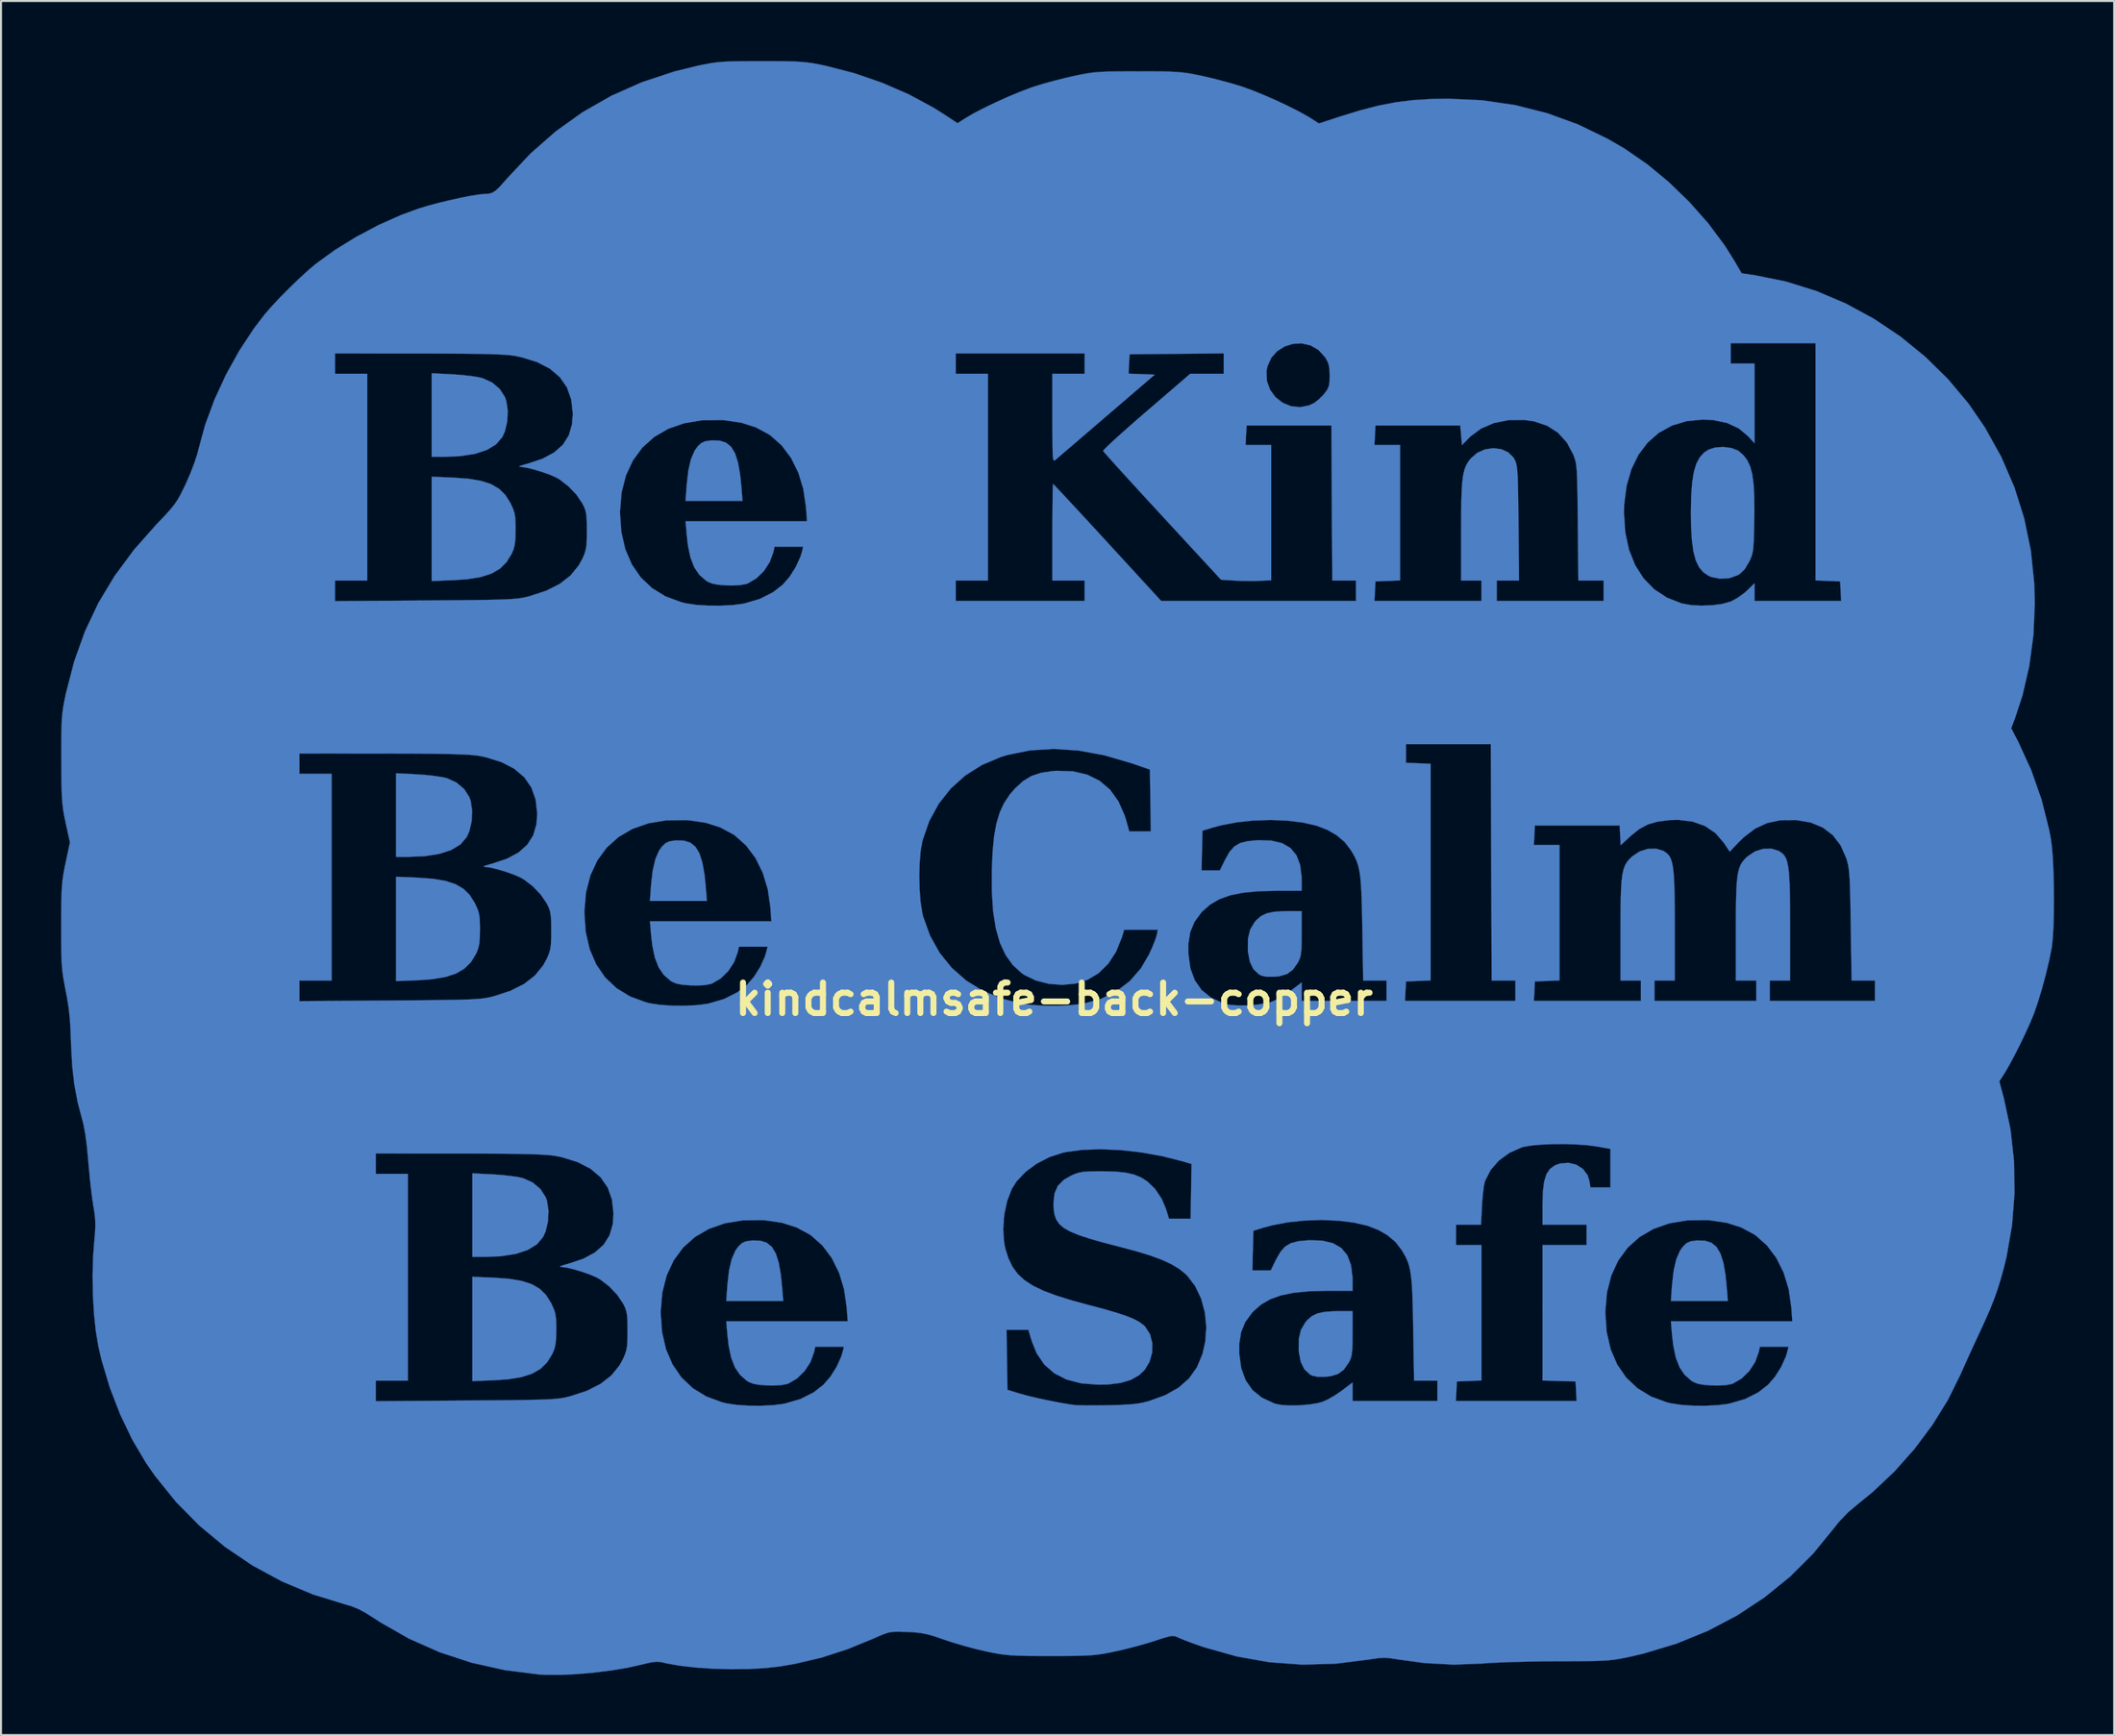
<source format=kicad_pcb>
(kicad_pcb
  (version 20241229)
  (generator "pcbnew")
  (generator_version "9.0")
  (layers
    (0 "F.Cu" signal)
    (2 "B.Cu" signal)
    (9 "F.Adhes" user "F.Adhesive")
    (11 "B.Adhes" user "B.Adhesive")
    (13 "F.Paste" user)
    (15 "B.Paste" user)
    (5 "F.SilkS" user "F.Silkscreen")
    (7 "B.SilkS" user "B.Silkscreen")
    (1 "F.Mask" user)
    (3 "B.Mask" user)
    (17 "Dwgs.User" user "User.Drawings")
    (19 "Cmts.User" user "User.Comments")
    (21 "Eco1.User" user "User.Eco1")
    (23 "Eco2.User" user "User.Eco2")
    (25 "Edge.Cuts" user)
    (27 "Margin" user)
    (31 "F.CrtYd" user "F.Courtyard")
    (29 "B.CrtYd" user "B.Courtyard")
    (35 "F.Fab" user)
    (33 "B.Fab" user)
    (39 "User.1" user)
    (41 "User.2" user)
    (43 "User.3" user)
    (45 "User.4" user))
  (footprint "kindcalmsafe-back-copper"
    (layer "B.Cu")
    (at 49.574 46.862)
    (property "Reference" "kindcalmsafe-back-copper" (at 0 0 0) (layer "F.SilkS") (effects (font (size 1.524 1.524) (thickness 0.3))))
    (attr through_hole)
    (fp_poly (pts (xy -18.477 -7.922) (xy -18.156 -7.82) (xy -17.901 -7.612) (xy -17.705 -7.286) (xy -17.558 -6.829) (xy -17.452 -6.228) (xy -17.393 -5.652) (xy -17.333 -4.911) (xy -20.176 -4.911) (xy -20.12 -5.702) (xy -20.039 -6.424) (xy -19.907 -6.994) (xy -19.721 -7.425) (xy -19.568 -7.637) (xy -19.392 -7.801) (xy -19.199 -7.889) (xy -18.916 -7.93) (xy -18.874 -7.933) (xy -18.477 -7.922)) (stroke (width 0.01) (type solid)) (fill yes) (layer "B.Cu"))
    (fp_poly (pts (xy -16.699 -27.904) (xy -16.378 -27.801) (xy -16.123 -27.593) (xy -15.927 -27.267) (xy -15.78 -26.81) (xy -15.674 -26.209) (xy -15.615 -25.633) (xy -15.555 -24.892) (xy -18.398 -24.892) (xy -18.342 -25.684) (xy -18.261 -26.405) (xy -18.129 -26.975) (xy -17.943 -27.406) (xy -17.79 -27.618) (xy -17.614 -27.782) (xy -17.421 -27.87) (xy -17.138 -27.911) (xy -17.096 -27.914) (xy -16.699 -27.904)) (stroke (width 0.01) (type solid)) (fill yes) (layer "B.Cu"))
    (fp_poly (pts (xy -14.667 12.059) (xy -14.346 12.161) (xy -14.091 12.369) (xy -13.895 12.695) (xy -13.748 13.152) (xy -13.642 13.754) (xy -13.583 14.33) (xy -13.523 15.071) (xy -16.366 15.071) (xy -16.31 14.279) (xy -16.229 13.558) (xy -16.097 12.987) (xy -15.911 12.557) (xy -15.758 12.345) (xy -15.582 12.18) (xy -15.389 12.093) (xy -15.106 12.052) (xy -15.064 12.048) (xy -14.667 12.059)) (stroke (width 0.01) (type solid)) (fill yes) (layer "B.Cu"))
    (fp_poly (pts (xy 32.492 12.059) (xy 32.813 12.161) (xy 33.068 12.369) (xy 33.264 12.695) (xy 33.411 13.152) (xy 33.517 13.754) (xy 33.576 14.33) (xy 33.636 15.071) (xy 30.794 15.071) (xy 30.849 14.279) (xy 30.93 13.558) (xy 31.062 12.987) (xy 31.248 12.557) (xy 31.401 12.345) (xy 31.577 12.18) (xy 31.771 12.093) (xy 32.054 12.052) (xy 32.096 12.048) (xy 32.492 12.059)) (stroke (width 0.01) (type solid)) (fill yes) (layer "B.Cu"))
    (fp_poly (pts (xy -31.814 -11.234) (xy -31.358 -11.201) (xy -30.915 -11.152) (xy -30.54 -11.094) (xy -30.313 -11.042) (xy -29.835 -10.825) (xy -29.451 -10.499) (xy -29.19 -10.091) (xy -29.124 -9.903) (xy -29.052 -9.406) (xy -29.079 -8.876) (xy -29.197 -8.38) (xy -29.327 -8.095) (xy -29.635 -7.736) (xy -30.09 -7.458) (xy -30.69 -7.261) (xy -31.431 -7.145) (xy -32.194 -7.113) (xy -32.851 -7.112) (xy -32.851 -11.287) (xy -31.814 -11.234)) (stroke (width 0.01) (type solid)) (fill yes) (layer "B.Cu"))
    (fp_poly (pts (xy -30.035 -31.215) (xy -29.58 -31.182) (xy -29.137 -31.133) (xy -28.762 -31.075) (xy -28.535 -31.024) (xy -28.057 -30.806) (xy -27.673 -30.48) (xy -27.412 -30.072) (xy -27.346 -29.884) (xy -27.274 -29.388) (xy -27.301 -28.857) (xy -27.419 -28.361) (xy -27.549 -28.077) (xy -27.857 -27.718) (xy -28.312 -27.439) (xy -28.912 -27.242) (xy -29.653 -27.127) (xy -30.416 -27.094) (xy -31.073 -27.093) (xy -31.073 -31.268) (xy -30.035 -31.215)) (stroke (width 0.01) (type solid)) (fill yes) (layer "B.Cu"))
    (fp_poly (pts (xy -28.003 8.748) (xy -27.548 8.781) (xy -27.105 8.83) (xy -26.73 8.887) (xy -26.503 8.939) (xy -26.025 9.156) (xy -25.641 9.483) (xy -25.38 9.89) (xy -25.314 10.078) (xy -25.242 10.575) (xy -25.269 11.106) (xy -25.387 11.601) (xy -25.517 11.886) (xy -25.825 12.245) (xy -26.28 12.524) (xy -26.88 12.721) (xy -27.621 12.836) (xy -28.384 12.869) (xy -29.041 12.869) (xy -29.041 8.695) (xy -28.003 8.748)) (stroke (width 0.01) (type solid)) (fill yes) (layer "B.Cu"))
    (fp_poly (pts (xy -31.771 -6.073) (xy -31.004 -6.017) (xy -30.381 -5.911) (xy -29.882 -5.747) (xy -29.487 -5.516) (xy -29.174 -5.208) (xy -28.925 -4.815) (xy -28.902 -4.769) (xy -28.785 -4.511) (xy -28.713 -4.284) (xy -28.676 -4.031) (xy -28.663 -3.695) (xy -28.662 -3.471) (xy -28.671 -3.05) (xy -28.701 -2.744) (xy -28.761 -2.501) (xy -28.858 -2.269) (xy -29.114 -1.853) (xy -29.443 -1.527) (xy -29.864 -1.281) (xy -30.394 -1.109) (xy -31.053 -1) (xy -31.729 -0.952) (xy -32.851 -0.907) (xy -32.851 -6.118) (xy -31.771 -6.073)) (stroke (width 0.01) (type solid)) (fill yes) (layer "B.Cu"))
    (fp_poly (pts (xy -29.993 -26.055) (xy -29.226 -25.998) (xy -28.603 -25.892) (xy -28.104 -25.729) (xy -27.709 -25.497) (xy -27.396 -25.19) (xy -27.147 -24.796) (xy -27.124 -24.75) (xy -27.007 -24.492) (xy -26.935 -24.266) (xy -26.898 -24.012) (xy -26.885 -23.676) (xy -26.884 -23.453) (xy -26.893 -23.031) (xy -26.923 -22.726) (xy -26.983 -22.483) (xy -27.08 -22.25) (xy -27.336 -21.834) (xy -27.665 -21.508) (xy -28.086 -21.263) (xy -28.616 -21.09) (xy -29.275 -20.982) (xy -29.951 -20.934) (xy -31.073 -20.889) (xy -31.073 -26.1) (xy -29.993 -26.055)) (stroke (width 0.01) (type solid)) (fill yes) (layer "B.Cu"))
    (fp_poly (pts (xy -27.961 13.908) (xy -27.194 13.965) (xy -26.571 14.07) (xy -26.072 14.234) (xy -25.677 14.465) (xy -25.364 14.773) (xy -25.115 15.167) (xy -25.092 15.213) (xy -24.975 15.47) (xy -24.903 15.697) (xy -24.866 15.95) (xy -24.853 16.286) (xy -24.852 16.51) (xy -24.861 16.931) (xy -24.891 17.237) (xy -24.951 17.48) (xy -25.048 17.713) (xy -25.304 18.129) (xy -25.633 18.455) (xy -26.054 18.7) (xy -26.584 18.873) (xy -27.243 18.981) (xy -27.919 19.029) (xy -29.041 19.074) (xy -29.041 13.863) (xy -27.961 13.908)) (stroke (width 0.01) (type solid)) (fill yes) (layer "B.Cu"))
    (fp_poly (pts (xy 12.36 -3.281) (xy 12.357 -2.811) (xy 12.345 -2.475) (xy 12.32 -2.236) (xy 12.277 -2.058) (xy 12.212 -1.906) (xy 12.169 -1.828) (xy 11.92 -1.478) (xy 11.628 -1.26) (xy 11.249 -1.149) (xy 10.985 -1.123) (xy 10.616 -1.123) (xy 10.361 -1.175) (xy 10.234 -1.238) (xy 9.956 -1.497) (xy 9.775 -1.865) (xy 9.68 -2.361) (xy 9.672 -2.456) (xy 9.677 -3.021) (xy 9.788 -3.478) (xy 10.015 -3.86) (xy 10.103 -3.959) (xy 10.333 -4.157) (xy 10.606 -4.289) (xy 10.957 -4.366) (xy 11.424 -4.399) (xy 11.663 -4.402) (xy 12.361 -4.403) (xy 12.36 -3.281)) (stroke (width 0.01) (type solid)) (fill yes) (layer "B.Cu"))
    (fp_poly (pts (xy 14.9 16.701) (xy 14.897 17.17) (xy 14.885 17.506) (xy 14.86 17.745) (xy 14.817 17.923) (xy 14.752 18.076) (xy 14.709 18.153) (xy 14.46 18.503) (xy 14.168 18.721) (xy 13.789 18.832) (xy 13.525 18.858) (xy 13.156 18.858) (xy 12.901 18.806) (xy 12.774 18.743) (xy 12.496 18.484) (xy 12.315 18.116) (xy 12.22 17.62) (xy 12.212 17.525) (xy 12.217 16.96) (xy 12.328 16.503) (xy 12.555 16.122) (xy 12.643 16.022) (xy 12.873 15.825) (xy 13.146 15.692) (xy 13.497 15.615) (xy 13.964 15.582) (xy 14.203 15.579) (xy 14.901 15.579) (xy 14.9 16.701)) (stroke (width 0.01) (type solid)) (fill yes) (layer "B.Cu"))
    (fp_poly (pts (xy 33.812 -27.534) (xy 34.134 -27.41) (xy 34.185 -27.376) (xy 34.421 -27.169) (xy 34.608 -26.922) (xy 34.751 -26.615) (xy 34.853 -26.23) (xy 34.919 -25.746) (xy 34.954 -25.144) (xy 34.961 -24.405) (xy 34.955 -23.918) (xy 34.944 -23.355) (xy 34.931 -22.931) (xy 34.912 -22.618) (xy 34.885 -22.386) (xy 34.846 -22.205) (xy 34.79 -22.047) (xy 34.715 -21.881) (xy 34.694 -21.84) (xy 34.482 -21.485) (xy 34.239 -21.25) (xy 34.132 -21.183) (xy 33.715 -21.034) (xy 33.25 -21.004) (xy 32.807 -21.092) (xy 32.683 -21.146) (xy 32.414 -21.326) (xy 32.2 -21.577) (xy 32.037 -21.916) (xy 31.919 -22.36) (xy 31.842 -22.925) (xy 31.802 -23.627) (xy 31.792 -24.299) (xy 31.807 -25.121) (xy 31.854 -25.793) (xy 31.938 -26.331) (xy 32.064 -26.753) (xy 32.237 -27.075) (xy 32.46 -27.314) (xy 32.683 -27.458) (xy 33.018 -27.562) (xy 33.417 -27.586) (xy 33.812 -27.534)) (stroke (width 0.01) (type solid)) (fill yes) (layer "B.Cu"))
    (fp_poly (pts (xy -13.935 -46.856) (xy -13.404 -46.852) (xy -12.98 -46.841) (xy -12.632 -46.822) (xy -12.331 -46.793) (xy -12.043 -46.752) (xy -11.74 -46.696) (xy -11.418 -46.629) (xy -9.99 -46.261) (xy -8.59 -45.78) (xy -7.257 -45.201) (xy -6.028 -44.539) (xy -5.553 -44.241) (xy -4.821 -43.758) (xy -4.421 -44.014) (xy -4.023 -44.247) (xy -3.508 -44.515) (xy -2.922 -44.797) (xy -2.308 -45.074) (xy -1.71 -45.324) (xy -1.173 -45.528) (xy -0.986 -45.592) (xy -0.512 -45.736) (xy 0.05 -45.89) (xy 0.62 -46.033) (xy 1.004 -46.121) (xy 1.35 -46.192) (xy 1.651 -46.247) (xy 1.938 -46.288) (xy 2.243 -46.316) (xy 2.595 -46.334) (xy 3.026 -46.344) (xy 3.567 -46.348) (xy 4.191 -46.349) (xy 4.861 -46.348) (xy 5.392 -46.344) (xy 5.816 -46.333) (xy 6.164 -46.314) (xy 6.465 -46.285) (xy 6.753 -46.244) (xy 7.056 -46.188) (xy 7.378 -46.121) (xy 7.902 -46) (xy 8.477 -45.852) (xy 9.024 -45.698) (xy 9.368 -45.592) (xy 9.874 -45.41) (xy 10.458 -45.173) (xy 11.076 -44.902) (xy 11.682 -44.617) (xy 12.233 -44.339) (xy 12.684 -44.088) (xy 12.813 -44.008) (xy 13.222 -43.746) (xy 14.294 -44.097) (xy 15.301 -44.406) (xy 16.211 -44.64) (xy 17.073 -44.806) (xy 17.939 -44.912) (xy 18.858 -44.968) (xy 19.685 -44.981) (xy 21.381 -44.901) (xy 23.023 -44.661) (xy 24.613 -44.26) (xy 26.155 -43.697) (xy 27.652 -42.971) (xy 28.482 -42.487) (xy 29.598 -41.718) (xy 30.685 -40.82) (xy 31.713 -39.823) (xy 32.653 -38.76) (xy 33.474 -37.659) (xy 33.949 -36.906) (xy 34.324 -36.261) (xy 35.006 -36.16) (xy 36.544 -35.848) (xy 38.052 -35.377) (xy 39.516 -34.756) (xy 40.92 -33.995) (xy 42.251 -33.103) (xy 43.494 -32.091) (xy 44.635 -30.967) (xy 45.66 -29.741) (xy 46.466 -28.566) (xy 47.285 -27.094) (xy 47.94 -25.578) (xy 48.432 -24.015) (xy 48.764 -22.403) (xy 48.934 -20.738) (xy 48.96 -19.77) (xy 48.891 -18.187) (xy 48.685 -16.651) (xy 48.348 -15.185) (xy 47.983 -14.07) (xy 47.782 -13.536) (xy 48.141 -12.843) (xy 48.78 -11.447) (xy 49.299 -9.966) (xy 49.68 -8.45) (xy 49.764 -8.003) (xy 49.818 -7.581) (xy 49.861 -7.034) (xy 49.891 -6.395) (xy 49.91 -5.701) (xy 49.916 -4.987) (xy 49.91 -4.288) (xy 49.892 -3.641) (xy 49.86 -3.081) (xy 49.815 -2.643) (xy 49.799 -2.54) (xy 49.673 -1.919) (xy 49.506 -1.224) (xy 49.314 -0.514) (xy 49.112 0.152) (xy 48.918 0.715) (xy 48.9 0.761) (xy 48.716 1.203) (xy 48.479 1.725) (xy 48.212 2.28) (xy 47.937 2.822) (xy 47.677 3.306) (xy 47.456 3.684) (xy 47.431 3.723) (xy 47.189 4.101) (xy 47.418 4.955) (xy 47.745 6.489) (xy 47.921 8.073) (xy 47.948 9.682) (xy 47.824 11.287) (xy 47.55 12.862) (xy 47.414 13.42) (xy 47.257 13.988) (xy 47.097 14.501) (xy 46.919 15.001) (xy 46.706 15.53) (xy 46.443 16.128) (xy 46.15 16.764) (xy 45.92 17.257) (xy 45.686 17.768) (xy 45.471 18.245) (xy 45.297 18.636) (xy 45.253 18.738) (xy 44.623 20.011) (xy 43.848 21.263) (xy 42.948 22.467) (xy 41.947 23.593) (xy 40.867 24.613) (xy 40.223 25.136) (xy 39.642 25.623) (xy 39.176 26.11) (xy 38.947 26.4) (xy 37.904 27.679) (xy 36.744 28.838) (xy 35.473 29.872) (xy 34.099 30.779) (xy 32.628 31.552) (xy 31.067 32.189) (xy 29.423 32.685) (xy 28.799 32.831) (xy 28.488 32.896) (xy 28.216 32.948) (xy 27.957 32.988) (xy 27.685 33.018) (xy 27.376 33.039) (xy 27.002 33.052) (xy 26.54 33.06) (xy 25.962 33.065) (xy 25.244 33.067) (xy 25.146 33.067) (xy 24.427 33.072) (xy 23.697 33.084) (xy 22.992 33.102) (xy 22.347 33.124) (xy 21.798 33.15) (xy 21.38 33.179) (xy 21.355 33.181) (xy 19.951 33.236) (xy 18.486 33.156) (xy 17.187 32.978) (xy 16.797 32.917) (xy 16.49 32.894) (xy 16.187 32.911) (xy 15.809 32.967) (xy 15.75 32.977) (xy 14.059 33.189) (xy 12.397 33.236) (xy 10.755 33.116) (xy 9.128 32.829) (xy 7.508 32.373) (xy 7.273 32.293) (xy 6.888 32.156) (xy 6.541 32.025) (xy 6.276 31.919) (xy 6.161 31.867) (xy 6.046 31.818) (xy 5.921 31.802) (xy 5.753 31.826) (xy 5.503 31.893) (xy 5.138 32.011) (xy 5.039 32.044) (xy 4.581 32.186) (xy 4.032 32.338) (xy 3.47 32.481) (xy 3.07 32.572) (xy 2.725 32.644) (xy 2.425 32.699) (xy 2.141 32.74) (xy 1.841 32.768) (xy 1.495 32.787) (xy 1.074 32.797) (xy 0.545 32.802) (xy -0.12 32.803) (xy -0.169 32.803) (xy -0.844 32.802) (xy -1.38 32.798) (xy -1.808 32.788) (xy -2.157 32.77) (xy -2.459 32.742) (xy -2.744 32.702) (xy -3.043 32.648) (xy -3.385 32.577) (xy -3.418 32.57) (xy -3.954 32.443) (xy -4.55 32.282) (xy -5.124 32.11) (xy -5.492 31.987) (xy -5.953 31.828) (xy -6.317 31.723) (xy -6.642 31.658) (xy -6.988 31.621) (xy -7.343 31.603) (xy -7.738 31.59) (xy -8.021 31.595) (xy -8.252 31.63) (xy -8.488 31.705) (xy -8.788 31.831) (xy -8.983 31.919) (xy -10.314 32.465) (xy -11.611 32.885) (xy -12.931 33.196) (xy -13.674 33.324) (xy -14.415 33.408) (xy -15.249 33.455) (xy -16.134 33.464) (xy -17.031 33.439) (xy -17.898 33.38) (xy -18.696 33.288) (xy -19.383 33.166) (xy -19.61 33.11) (xy -19.832 33.089) (xy -20.146 33.127) (xy -20.583 33.23) (xy -20.587 33.231) (xy -21.278 33.388) (xy -22.075 33.522) (xy -22.929 33.63) (xy -23.792 33.707) (xy -24.616 33.748) (xy -25.352 33.748) (xy -25.696 33.729) (xy -27.418 33.512) (xy -29.079 33.14) (xy -30.674 32.617) (xy -32.195 31.943) (xy -33.638 31.121) (xy -33.92 30.936) (xy -34.369 30.651) (xy -34.745 30.451) (xy -35.102 30.309) (xy -35.388 30.227) (xy -37.002 29.729) (xy -38.545 29.081) (xy -40.009 28.289) (xy -41.384 27.359) (xy -42.66 26.3) (xy -43.829 25.116) (xy -44.88 23.814) (xy -45.339 23.152) (xy -46.019 22.001) (xy -46.627 20.732) (xy -47.145 19.389) (xy -47.555 18.016) (xy -47.715 17.328) (xy -47.84 16.578) (xy -47.931 15.71) (xy -47.985 14.775) (xy -48.001 13.819) (xy -47.977 12.893) (xy -47.926 12.2) (xy -47.883 11.714) (xy -47.864 11.34) (xy -47.871 11.021) (xy -47.903 10.701) (xy -47.963 10.329) (xy -48.019 9.958) (xy -48.08 9.469) (xy -48.141 8.916) (xy -48.159 8.721) (xy -33.867 8.721) (xy -32.258 8.721) (xy -32.258 19.05) (xy -33.867 19.05) (xy -33.867 20.077) (xy -29.358 20.044) (xy -28.364 20.037) (xy -27.524 20.03) (xy -26.823 20.022) (xy -26.243 20.013) (xy -25.771 20.003) (xy -25.39 19.99) (xy -25.084 19.974) (xy -24.839 19.955) (xy -24.638 19.931) (xy -24.467 19.903) (xy -24.308 19.868) (xy -24.151 19.829) (xy -23.326 19.558) (xy -22.648 19.215) (xy -22.108 18.795) (xy -21.697 18.289) (xy -21.518 17.962) (xy -21.416 17.727) (xy -21.351 17.512) (xy -21.313 17.269) (xy -21.297 16.948) (xy -21.294 16.552) (xy -21.297 16.127) (xy -21.314 15.826) (xy -21.34 15.663) (xy -19.64 15.663) (xy -19.573 16.621) (xy -19.375 17.482) (xy -19.05 18.24) (xy -18.603 18.891) (xy -18.038 19.427) (xy -17.36 19.842) (xy -16.572 20.132) (xy -16.341 20.187) (xy -15.847 20.261) (xy -15.252 20.301) (xy -14.62 20.305) (xy -14.015 20.274) (xy -13.501 20.208) (xy -13.434 20.194) (xy -12.658 19.967) (xy -12.002 19.634) (xy -11.515 19.254) (xy -11.172 18.858) (xy -10.863 18.369) (xy -10.631 17.858) (xy -10.55 17.59) (xy -10.495 17.357) (xy -11.925 17.357) (xy -11.984 17.632) (xy -12.161 18.121) (xy -12.454 18.57) (xy -12.83 18.94) (xy -13.253 19.189) (xy -13.335 19.219) (xy -13.628 19.275) (xy -14.038 19.295) (xy -14.355 19.287) (xy -14.751 19.256) (xy -15.029 19.203) (xy -15.24 19.118) (xy -15.347 19.052) (xy -15.678 18.762) (xy -15.932 18.388) (xy -16.119 17.909) (xy -16.247 17.303) (xy -16.31 16.748) (xy -16.365 16.087) (xy -10.304 16.087) (xy -10.354 15.388) (xy -10.485 14.486) (xy -10.736 13.659) (xy -11.1 12.925) (xy -11.567 12.3) (xy -12.128 11.802) (xy -12.208 11.747) (xy -12.696 11.484) (xy -2.541 11.484) (xy -2.492 12.169) (xy -2.425 12.488) (xy -2.273 12.957) (xy -2.077 13.362) (xy -1.82 13.715) (xy -1.486 14.025) (xy -1.061 14.304) (xy -0.529 14.561) (xy 0.126 14.807) (xy 0.92 15.053) (xy 1.756 15.279) (xy 2.511 15.48) (xy 3.118 15.657) (xy 3.596 15.816) (xy 3.966 15.966) (xy 4.245 16.113) (xy 4.453 16.264) (xy 4.545 16.353) (xy 4.789 16.733) (xy 4.904 17.177) (xy 4.895 17.647) (xy 4.766 18.105) (xy 4.523 18.512) (xy 4.238 18.783) (xy 3.828 19.013) (xy 3.332 19.163) (xy 2.724 19.24) (xy 2.201 19.253) (xy 1.354 19.185) (xy 0.623 18.995) (xy 0.009 18.682) (xy -0.488 18.247) (xy -0.869 17.688) (xy -1.108 17.097) (xy -1.286 16.51) (xy -2.375 16.51) (xy -2.351 18.009) (xy -2.328 19.509) (xy -1.693 19.703) (xy -1.296 19.811) (xy -0.79 19.931) (xy -0.231 20.05) (xy 0.322 20.157) (xy 0.811 20.239) (xy 1.016 20.267) (xy 1.201 20.278) (xy 1.518 20.284) (xy 1.933 20.286) (xy 2.407 20.282) (xy 2.709 20.278) (xy 3.292 20.263) (xy 3.745 20.24) (xy 4.105 20.204) (xy 4.412 20.152) (xy 4.704 20.079) (xy 4.741 20.069) (xy 5.548 19.776) (xy 6.21 19.403) (xy 6.735 18.942) (xy 7.131 18.384) (xy 7.407 17.72) (xy 7.525 17.204) (xy 9.245 17.204) (xy 9.246 17.724) (xy 9.345 18.439) (xy 9.563 19.034) (xy 9.903 19.519) (xy 10.373 19.899) (xy 10.977 20.182) (xy 11.049 20.207) (xy 11.359 20.267) (xy 11.78 20.291) (xy 12.257 20.282) (xy 12.735 20.242) (xy 13.159 20.174) (xy 13.409 20.105) (xy 13.686 19.978) (xy 14.022 19.783) (xy 14.347 19.561) (xy 14.362 19.55) (xy 14.901 19.141) (xy 14.901 20.066) (xy 19.135 20.066) (xy 20.058 20.066) (xy 26.086 20.066) (xy 26.06 19.579) (xy 26.035 19.092) (xy 25.209 19.068) (xy 24.384 19.044) (xy 24.384 15.663) (xy 27.52 15.663) (xy 27.587 16.621) (xy 27.785 17.482) (xy 28.109 18.24) (xy 28.556 18.891) (xy 29.121 19.427) (xy 29.799 19.842) (xy 30.587 20.132) (xy 30.819 20.187) (xy 31.312 20.261) (xy 31.908 20.301) (xy 32.54 20.305) (xy 33.145 20.274) (xy 33.658 20.208) (xy 33.726 20.194) (xy 34.501 19.967) (xy 35.158 19.634) (xy 35.644 19.254) (xy 35.988 18.858) (xy 36.296 18.369) (xy 36.529 17.858) (xy 36.609 17.59) (xy 36.664 17.357) (xy 35.235 17.357) (xy 35.175 17.632) (xy 34.999 18.121) (xy 34.705 18.57) (xy 34.329 18.94) (xy 33.906 19.189) (xy 33.825 19.219) (xy 33.531 19.275) (xy 33.121 19.295) (xy 32.804 19.287) (xy 32.409 19.256) (xy 32.13 19.203) (xy 31.919 19.118) (xy 31.813 19.052) (xy 31.482 18.762) (xy 31.227 18.388) (xy 31.04 17.909) (xy 30.913 17.303) (xy 30.849 16.748) (xy 30.794 16.087) (xy 36.855 16.087) (xy 36.805 15.388) (xy 36.674 14.486) (xy 36.423 13.659) (xy 36.059 12.925) (xy 35.592 12.3) (xy 35.031 11.802) (xy 34.951 11.747) (xy 34.302 11.398) (xy 33.577 11.166) (xy 32.748 11.044) (xy 32.608 11.034) (xy 31.621 11.044) (xy 30.723 11.192) (xy 29.922 11.473) (xy 29.225 11.879) (xy 28.637 12.406) (xy 28.166 13.046) (xy 27.818 13.795) (xy 27.601 14.646) (xy 27.52 15.592) (xy 27.52 15.663) (xy 24.384 15.663) (xy 24.384 12.277) (xy 26.585 12.277) (xy 26.585 11.261) (xy 24.384 11.261) (xy 24.384 10.242) (xy 24.403 9.601) (xy 24.466 9.106) (xy 24.58 8.737) (xy 24.755 8.475) (xy 24.999 8.299) (xy 25.244 8.209) (xy 25.672 8.168) (xy 26.069 8.263) (xy 26.4 8.476) (xy 26.634 8.787) (xy 26.724 9.073) (xy 26.776 9.398) (xy 27.771 9.398) (xy 27.771 7.475) (xy 27.114 7.357) (xy 26.647 7.294) (xy 26.095 7.254) (xy 25.498 7.235) (xy 24.896 7.238) (xy 24.329 7.261) (xy 23.835 7.305) (xy 23.454 7.369) (xy 23.344 7.4) (xy 22.731 7.674) (xy 22.208 8.055) (xy 21.799 8.521) (xy 21.527 9.048) (xy 21.498 9.134) (xy 21.455 9.348) (xy 21.413 9.679) (xy 21.377 10.076) (xy 21.36 10.351) (xy 21.314 11.261) (xy 20.066 11.261) (xy 20.066 12.277) (xy 21.336 12.277) (xy 21.336 19.043) (xy 20.722 19.067) (xy 20.108 19.092) (xy 20.083 19.579) (xy 20.058 20.066) (xy 19.135 20.066) (xy 19.135 19.05) (xy 17.97 19.05) (xy 17.928 16.447) (xy 17.912 15.627) (xy 17.894 14.956) (xy 17.87 14.412) (xy 17.836 13.974) (xy 17.79 13.621) (xy 17.729 13.332) (xy 17.648 13.085) (xy 17.546 12.86) (xy 17.419 12.636) (xy 17.345 12.516) (xy 17.035 12.116) (xy 16.643 11.788) (xy 16.195 11.527) (xy 15.642 11.312) (xy 14.963 11.156) (xy 14.193 11.061) (xy 13.366 11.026) (xy 12.514 11.053) (xy 11.673 11.142) (xy 10.875 11.294) (xy 10.456 11.408) (xy 9.948 11.564) (xy 9.924 12.555) (xy 9.901 13.547) (xy 10.814 13.547) (xy 11.082 13.002) (xy 11.299 12.619) (xy 11.533 12.353) (xy 11.82 12.183) (xy 12.199 12.085) (xy 12.707 12.038) (xy 12.719 12.037) (xy 13.386 12.056) (xy 13.924 12.184) (xy 14.34 12.426) (xy 14.638 12.787) (xy 14.822 13.271) (xy 14.898 13.882) (xy 14.901 14.034) (xy 14.901 14.563) (xy 13.61 14.564) (xy 12.709 14.588) (xy 11.952 14.663) (xy 11.318 14.794) (xy 10.787 14.987) (xy 10.34 15.247) (xy 9.955 15.582) (xy 9.881 15.662) (xy 9.546 16.12) (xy 9.338 16.622) (xy 9.245 17.204) (xy 7.525 17.204) (xy 7.544 17.121) (xy 7.599 16.38) (xy 7.527 15.645) (xy 7.34 14.951) (xy 7.045 14.329) (xy 6.652 13.814) (xy 6.556 13.72) (xy 6.24 13.466) (xy 5.86 13.236) (xy 5.395 13.019) (xy 4.824 12.808) (xy 4.126 12.593) (xy 3.302 12.373) (xy 2.465 12.155) (xy 1.779 11.96) (xy 1.23 11.778) (xy 0.803 11.601) (xy 0.482 11.419) (xy 0.254 11.221) (xy 0.104 10.998) (xy 0.016 10.74) (xy -0.023 10.439) (xy -0.031 10.196) (xy 0.02 9.702) (xy 0.188 9.318) (xy 0.489 9.017) (xy 0.839 8.816) (xy 1.05 8.723) (xy 1.242 8.66) (xy 1.458 8.622) (xy 1.737 8.602) (xy 2.12 8.594) (xy 2.413 8.594) (xy 3.062 8.609) (xy 3.579 8.662) (xy 3.997 8.758) (xy 4.351 8.906) (xy 4.651 9.097) (xy 5.042 9.475) (xy 5.371 9.965) (xy 5.589 10.482) (xy 5.738 10.964) (xy 6.816 10.964) (xy 6.862 8.226) (xy 6.373 8.084) (xy 5.37 7.832) (xy 4.337 7.648) (xy 3.308 7.533) (xy 2.319 7.491) (xy 1.403 7.523) (xy 0.594 7.632) (xy 0.444 7.665) (xy -0.235 7.885) (xy -0.869 8.212) (xy -1.424 8.622) (xy -1.869 9.092) (xy -2.109 9.468) (xy -2.343 10.073) (xy -2.489 10.765) (xy -2.541 11.484) (xy -12.696 11.484) (xy -12.857 11.398) (xy -13.582 11.166) (xy -14.411 11.044) (xy -14.551 11.034) (xy -15.539 11.044) (xy -16.436 11.192) (xy -17.237 11.473) (xy -17.935 11.879) (xy -18.522 12.406) (xy -18.993 13.046) (xy -19.341 13.795) (xy -19.559 14.646) (xy -19.639 15.592) (xy -19.64 15.663) (xy -21.34 15.663) (xy -21.35 15.602) (xy -21.414 15.411) (xy -21.513 15.205) (xy -21.519 15.194) (xy -21.814 14.76) (xy -22.211 14.343) (xy -22.649 14.005) (xy -22.83 13.901) (xy -23.148 13.761) (xy -23.538 13.622) (xy -23.942 13.499) (xy -24.306 13.411) (xy -24.573 13.373) (xy -24.583 13.373) (xy -24.673 13.358) (xy -24.61 13.317) (xy -24.389 13.248) (xy -24.244 13.209) (xy -23.51 12.964) (xy -22.927 12.651) (xy -22.49 12.263) (xy -22.194 11.793) (xy -22.032 11.236) (xy -21.995 10.709) (xy -22.072 10.01) (xy -22.287 9.403) (xy -22.643 8.89) (xy -23.14 8.468) (xy -23.78 8.136) (xy -24.562 7.894) (xy -24.892 7.826) (xy -25.097 7.797) (xy -25.378 7.773) (xy -25.745 7.753) (xy -26.214 7.737) (xy -26.795 7.725) (xy -27.503 7.716) (xy -28.351 7.711) (xy -29.351 7.708) (xy -29.697 7.708) (xy -33.867 7.705) (xy -33.867 8.721) (xy -48.159 8.721) (xy -48.194 8.351) (xy -48.216 8.086) (xy -48.284 7.361) (xy -48.365 6.745) (xy -48.454 6.261) (xy -48.507 6.054) (xy -48.745 5.152) (xy -48.914 4.251) (xy -49.022 3.297) (xy -49.077 2.235) (xy -49.078 2.201) (xy -49.103 1.509) (xy -49.142 0.927) (xy -49.202 0.399) (xy -49.288 -0.133) (xy -49.344 -0.423) (xy -49.416 -0.794) (xy -49.471 -1.116) (xy -49.511 -1.421) (xy -49.539 -1.74) (xy -49.556 -2.106) (xy -49.566 -2.551) (xy -49.569 -3.106) (xy -49.569 -3.683) (xy -49.567 -4.358) (xy -49.561 -4.894) (xy -49.549 -5.322) (xy -49.529 -5.672) (xy -49.5 -5.976) (xy -49.457 -6.265) (xy -49.401 -6.568) (xy -49.349 -6.816) (xy -49.132 -7.832) (xy -49.344 -8.805) (xy -49.41 -9.119) (xy -49.461 -9.401) (xy -49.498 -9.681) (xy -49.525 -9.987) (xy -49.543 -10.349) (xy -49.554 -10.796) (xy -49.558 -11.261) (xy -37.677 -11.261) (xy -36.068 -11.261) (xy -36.068 -0.931) (xy -37.677 -0.931) (xy -37.677 0.095) (xy -33.168 0.063) (xy -32.174 0.056) (xy -31.334 0.048) (xy -30.633 0.041) (xy -30.053 0.032) (xy -29.581 0.022) (xy -29.2 0.009) (xy -28.894 -0.007) (xy -28.649 -0.026) (xy -28.448 -0.05) (xy -28.277 -0.079) (xy -28.118 -0.113) (xy -27.961 -0.153) (xy -27.136 -0.423) (xy -26.458 -0.766) (xy -25.918 -1.187) (xy -25.507 -1.692) (xy -25.328 -2.019) (xy -25.226 -2.254) (xy -25.161 -2.469) (xy -25.123 -2.713) (xy -25.107 -3.033) (xy -25.104 -3.429) (xy -25.107 -3.854) (xy -25.124 -4.156) (xy -25.15 -4.318) (xy -23.45 -4.318) (xy -23.383 -3.361) (xy -23.185 -2.5) (xy -22.86 -1.741) (xy -22.413 -1.091) (xy -21.848 -0.555) (xy -21.17 -0.139) (xy -20.382 0.15) (xy -20.151 0.206) (xy -19.657 0.28) (xy -19.062 0.319) (xy -18.43 0.324) (xy -17.825 0.293) (xy -17.311 0.227) (xy -17.244 0.213) (xy -16.468 -0.015) (xy -15.812 -0.348) (xy -15.325 -0.727) (xy -14.982 -1.123) (xy -14.673 -1.613) (xy -14.441 -2.124) (xy -14.36 -2.392) (xy -14.305 -2.625) (xy -15.735 -2.625) (xy -15.794 -2.349) (xy -15.971 -1.861) (xy -16.264 -1.411) (xy -16.64 -1.041) (xy -17.063 -0.792) (xy -17.145 -0.762) (xy -17.438 -0.706) (xy -17.848 -0.686) (xy -18.165 -0.694) (xy -18.561 -0.725) (xy -18.839 -0.778) (xy -19.05 -0.864) (xy -19.157 -0.929) (xy -19.488 -1.219) (xy -19.742 -1.593) (xy -19.929 -2.073) (xy -20.057 -2.678) (xy -20.12 -3.233) (xy -20.175 -3.895) (xy -14.114 -3.895) (xy -14.164 -4.593) (xy -14.295 -5.495) (xy -14.499 -6.167) (xy -6.731 -6.167) (xy -6.715 -5.494) (xy -6.666 -4.862) (xy -6.583 -4.323) (xy -6.539 -4.137) (xy -6.194 -3.178) (xy -5.716 -2.321) (xy -5.113 -1.572) (xy -4.389 -0.936) (xy -3.553 -0.421) (xy -2.61 -0.031) (xy -1.651 0.213) (xy -1.106 0.284) (xy -0.463 0.321) (xy 0.216 0.324) (xy 0.866 0.292) (xy 1.423 0.226) (xy 1.495 0.213) (xy 2.358 -0.029) (xy 3.124 -0.406) (xy 3.784 -0.912) (xy 4.334 -1.544) (xy 4.731 -2.222) (xy 4.889 -2.569) (xy 4.974 -2.778) (xy 6.705 -2.778) (xy 6.706 -2.257) (xy 6.805 -1.543) (xy 7.023 -0.947) (xy 7.363 -0.463) (xy 7.833 -0.083) (xy 8.437 0.201) (xy 8.509 0.226) (xy 8.819 0.286) (xy 9.24 0.31) (xy 9.717 0.301) (xy 10.195 0.261) (xy 10.619 0.192) (xy 10.869 0.124) (xy 11.146 -0.003) (xy 11.482 -0.198) (xy 11.807 -0.42) (xy 11.822 -0.432) (xy 12.361 -0.84) (xy 12.361 0.085) (xy 16.595 0.085) (xy 17.518 0.085) (xy 23.029 0.085) (xy 23.029 -0.931) (xy 21.845 -0.931) (xy 21.82 -7.705) (xy 23.952 -7.705) (xy 25.231 -7.705) (xy 25.231 -0.939) (xy 24.617 -0.914) (xy 24.003 -0.889) (xy 23.978 -0.402) (xy 23.952 0.085) (xy 29.295 0.085) (xy 29.295 -0.931) (xy 28.279 -0.931) (xy 28.279 -3.456) (xy 28.281 -4.279) (xy 28.288 -4.951) (xy 28.305 -5.492) (xy 28.333 -5.92) (xy 28.376 -6.255) (xy 28.437 -6.515) (xy 28.518 -6.719) (xy 28.624 -6.886) (xy 28.756 -7.036) (xy 28.867 -7.14) (xy 29.236 -7.385) (xy 29.646 -7.513) (xy 30.057 -7.522) (xy 30.425 -7.409) (xy 30.614 -7.274) (xy 30.711 -7.163) (xy 30.79 -7.017) (xy 30.852 -6.82) (xy 30.901 -6.554) (xy 30.937 -6.204) (xy 30.962 -5.751) (xy 30.977 -5.181) (xy 30.986 -4.474) (xy 30.988 -3.616) (xy 30.988 -3.594) (xy 30.988 -0.931) (xy 29.972 -0.931) (xy 29.972 0.085) (xy 35.052 0.085) (xy 35.052 -0.931) (xy 34.036 -0.931) (xy 34.036 -3.456) (xy 34.038 -4.279) (xy 34.045 -4.951) (xy 34.062 -5.492) (xy 34.09 -5.92) (xy 34.133 -6.255) (xy 34.194 -6.515) (xy 34.276 -6.719) (xy 34.381 -6.886) (xy 34.514 -7.036) (xy 34.624 -7.14) (xy 34.993 -7.385) (xy 35.404 -7.513) (xy 35.814 -7.522) (xy 36.182 -7.409) (xy 36.372 -7.274) (xy 36.468 -7.163) (xy 36.547 -7.017) (xy 36.61 -6.82) (xy 36.658 -6.554) (xy 36.694 -6.204) (xy 36.719 -5.751) (xy 36.735 -5.181) (xy 36.743 -4.474) (xy 36.745 -3.616) (xy 36.745 -3.594) (xy 36.745 -0.931) (xy 35.729 -0.931) (xy 35.729 0.085) (xy 40.979 0.085) (xy 40.979 -0.931) (xy 39.814 -0.931) (xy 39.772 -3.704) (xy 39.76 -4.475) (xy 39.748 -5.097) (xy 39.734 -5.591) (xy 39.718 -5.979) (xy 39.697 -6.282) (xy 39.671 -6.519) (xy 39.638 -6.713) (xy 39.596 -6.884) (xy 39.548 -7.045) (xy 39.267 -7.685) (xy 38.876 -8.196) (xy 38.377 -8.577) (xy 37.769 -8.828) (xy 37.053 -8.949) (xy 37.036 -8.95) (xy 36.274 -8.943) (xy 35.603 -8.803) (xy 34.994 -8.52) (xy 34.422 -8.084) (xy 34.158 -7.823) (xy 33.729 -7.37) (xy 33.438 -7.811) (xy 33.02 -8.296) (xy 32.498 -8.652) (xy 31.877 -8.874) (xy 31.164 -8.96) (xy 30.734 -8.949) (xy 30.133 -8.873) (xy 29.644 -8.731) (xy 29.215 -8.502) (xy 28.795 -8.165) (xy 28.785 -8.155) (xy 28.287 -7.695) (xy 28.236 -8.678) (xy 24.003 -8.678) (xy 23.952 -7.705) (xy 21.82 -7.705) (xy 21.802 -12.742) (xy 17.568 -12.742) (xy 17.568 -11.811) (xy 18.182 -11.786) (xy 18.796 -11.761) (xy 18.796 -0.939) (xy 18.182 -0.914) (xy 17.568 -0.889) (xy 17.543 -0.402) (xy 17.518 0.085) (xy 16.595 0.085) (xy 16.595 -0.931) (xy 15.43 -0.931) (xy 15.388 -3.535) (xy 15.372 -4.354) (xy 15.354 -5.025) (xy 15.33 -5.569) (xy 15.296 -6.007) (xy 15.25 -6.36) (xy 15.189 -6.65) (xy 15.108 -6.896) (xy 15.006 -7.121) (xy 14.879 -7.346) (xy 14.805 -7.465) (xy 14.495 -7.865) (xy 14.103 -8.193) (xy 13.655 -8.455) (xy 13.102 -8.67) (xy 12.423 -8.825) (xy 11.653 -8.92) (xy 10.826 -8.955) (xy 9.974 -8.928) (xy 9.133 -8.839) (xy 8.335 -8.687) (xy 7.916 -8.573) (xy 7.408 -8.418) (xy 7.384 -7.426) (xy 7.361 -6.435) (xy 8.274 -6.435) (xy 8.542 -6.98) (xy 8.759 -7.362) (xy 8.993 -7.628) (xy 9.28 -7.799) (xy 9.659 -7.896) (xy 10.167 -7.943) (xy 10.179 -7.944) (xy 10.846 -7.925) (xy 11.384 -7.797) (xy 11.8 -7.555) (xy 12.098 -7.194) (xy 12.282 -6.711) (xy 12.358 -6.099) (xy 12.361 -5.948) (xy 12.361 -5.419) (xy 11.07 -5.417) (xy 10.169 -5.393) (xy 9.412 -5.318) (xy 8.778 -5.188) (xy 8.247 -4.995) (xy 7.8 -4.734) (xy 7.415 -4.399) (xy 7.341 -4.319) (xy 7.006 -3.862) (xy 6.798 -3.359) (xy 6.705 -2.778) (xy 4.974 -2.778) (xy 5.021 -2.891) (xy 5.106 -3.136) (xy 5.122 -3.196) (xy 5.178 -3.471) (xy 3.498 -3.471) (xy 3.391 -3.111) (xy 3.102 -2.388) (xy 2.709 -1.781) (xy 2.22 -1.3) (xy 1.673 -0.971) (xy 1.07 -0.783) (xy 0.407 -0.718) (xy -0.27 -0.771) (xy -0.915 -0.937) (xy -1.483 -1.212) (xy -1.616 -1.303) (xy -2.057 -1.705) (xy -2.417 -2.203) (xy -2.7 -2.808) (xy -2.907 -3.53) (xy -3.042 -4.38) (xy -3.108 -5.366) (xy -3.109 -6.477) (xy -3.068 -7.381) (xy -2.994 -8.142) (xy -2.878 -8.783) (xy -2.715 -9.326) (xy -2.498 -9.796) (xy -2.22 -10.216) (xy -1.948 -10.533) (xy -1.548 -10.898) (xy -1.128 -11.153) (xy -0.645 -11.313) (xy -0.057 -11.398) (xy 0.139 -11.411) (xy 0.945 -11.385) (xy 1.657 -11.218) (xy 2.273 -10.912) (xy 2.792 -10.469) (xy 3.21 -9.888) (xy 3.525 -9.174) (xy 3.606 -8.911) (xy 3.753 -8.382) (xy 4.83 -8.382) (xy 4.807 -9.927) (xy 4.784 -11.472) (xy 3.855 -11.792) (xy 2.51 -12.185) (xy 1.215 -12.423) (xy -0.027 -12.504) (xy -1.212 -12.429) (xy -2.338 -12.198) (xy -2.667 -12.097) (xy -3.603 -11.701) (xy -4.436 -11.174) (xy -5.158 -10.526) (xy -5.759 -9.766) (xy -6.23 -8.903) (xy -6.563 -7.948) (xy -6.572 -7.916) (xy -6.659 -7.43) (xy -6.712 -6.83) (xy -6.731 -6.167) (xy -14.499 -6.167) (xy -14.546 -6.322) (xy -14.91 -7.057) (xy -15.377 -7.681) (xy -15.938 -8.179) (xy -16.018 -8.234) (xy -16.667 -8.584) (xy -17.392 -8.815) (xy -18.221 -8.937) (xy -18.361 -8.947) (xy -19.349 -8.937) (xy -20.246 -8.789) (xy -21.047 -8.509) (xy -21.745 -8.102) (xy -22.332 -7.576) (xy -22.803 -6.935) (xy -23.151 -6.186) (xy -23.369 -5.336) (xy -23.449 -4.389) (xy -23.45 -4.318) (xy -25.15 -4.318) (xy -25.16 -4.379) (xy -25.224 -4.571) (xy -25.323 -4.776) (xy -25.329 -4.787) (xy -25.624 -5.221) (xy -26.021 -5.638) (xy -26.459 -5.976) (xy -26.64 -6.08) (xy -26.958 -6.22) (xy -27.348 -6.36) (xy -27.752 -6.482) (xy -28.116 -6.571) (xy -28.383 -6.608) (xy -28.393 -6.609) (xy -28.483 -6.623) (xy -28.42 -6.664) (xy -28.199 -6.733) (xy -28.054 -6.772) (xy -27.32 -7.017) (xy -26.737 -7.33) (xy -26.3 -7.719) (xy -26.004 -8.188) (xy -25.842 -8.745) (xy -25.805 -9.272) (xy -25.882 -9.972) (xy -26.097 -10.578) (xy -26.453 -11.092) (xy -26.95 -11.514) (xy -27.59 -11.845) (xy -28.372 -12.088) (xy -28.702 -12.156) (xy -28.907 -12.184) (xy -29.188 -12.209) (xy -29.555 -12.228) (xy -30.024 -12.244) (xy -30.605 -12.256) (xy -31.313 -12.265) (xy -32.161 -12.271) (xy -33.161 -12.273) (xy -33.507 -12.274) (xy -37.677 -12.277) (xy -37.677 -11.261) (xy -49.558 -11.261) (xy -49.559 -11.357) (xy -49.562 -11.98) (xy -49.563 -12.66) (xy -49.56 -13.2) (xy -49.552 -13.63) (xy -49.536 -13.98) (xy -49.511 -14.279) (xy -49.474 -14.557) (xy -49.423 -14.844) (xy -49.356 -15.169) (xy -49.337 -15.262) (xy -48.922 -16.867) (xy -48.384 -18.372) (xy -47.713 -19.793) (xy -46.9 -21.146) (xy -45.937 -22.449) (xy -44.815 -23.718) (xy -44.785 -23.749) (xy -44.415 -24.136) (xy -44.139 -24.44) (xy -43.929 -24.697) (xy -43.76 -24.944) (xy -43.606 -25.217) (xy -43.44 -25.553) (xy -43.333 -25.781) (xy -43.116 -26.278) (xy -42.923 -26.78) (xy -42.775 -27.229) (xy -42.712 -27.474) (xy -42.382 -28.691) (xy -41.919 -29.944) (xy -41.343 -31.195) (xy -41.317 -31.242) (xy -35.899 -31.242) (xy -34.29 -31.242) (xy -34.29 -20.913) (xy -35.899 -20.913) (xy -35.899 -19.886) (xy -31.39 -19.918) (xy -30.396 -19.926) (xy -29.556 -19.933) (xy -28.855 -19.941) (xy -28.275 -19.949) (xy -27.803 -19.96) (xy -27.422 -19.972) (xy -27.116 -19.988) (xy -26.871 -20.008) (xy -26.67 -20.031) (xy -26.499 -20.06) (xy -26.34 -20.094) (xy -26.183 -20.134) (xy -25.358 -20.405) (xy -24.68 -20.747) (xy -24.14 -21.168) (xy -23.729 -21.674) (xy -23.55 -22.001) (xy -23.448 -22.236) (xy -23.383 -22.451) (xy -23.345 -22.694) (xy -23.329 -23.015) (xy -23.326 -23.41) (xy -23.329 -23.835) (xy -23.346 -24.137) (xy -23.372 -24.299) (xy -21.672 -24.299) (xy -21.605 -23.342) (xy -21.407 -22.481) (xy -21.082 -21.722) (xy -20.635 -21.072) (xy -20.07 -20.536) (xy -19.392 -20.12) (xy -18.604 -19.831) (xy -18.373 -19.775) (xy -17.879 -19.701) (xy -17.284 -19.662) (xy -16.652 -19.658) (xy -16.047 -19.689) (xy -15.533 -19.755) (xy -15.466 -19.768) (xy -14.69 -19.996) (xy -14.034 -20.329) (xy -13.547 -20.709) (xy -13.204 -21.104) (xy -12.895 -21.594) (xy -12.663 -22.105) (xy -12.582 -22.373) (xy -12.527 -22.606) (xy -13.957 -22.606) (xy -14.016 -22.331) (xy -14.193 -21.842) (xy -14.486 -21.392) (xy -14.862 -21.023) (xy -15.285 -20.773) (xy -15.367 -20.743) (xy -15.66 -20.688) (xy -16.07 -20.667) (xy -16.387 -20.675) (xy -16.783 -20.707) (xy -17.061 -20.759) (xy -17.272 -20.845) (xy -17.379 -20.911) (xy -17.71 -21.201) (xy -17.964 -21.575) (xy -18.151 -22.054) (xy -18.279 -22.66) (xy -18.342 -23.215) (xy -18.397 -23.876) (xy -12.336 -23.876) (xy -12.386 -24.575) (xy -12.517 -25.476) (xy -12.768 -26.303) (xy -13.132 -27.038) (xy -13.599 -27.663) (xy -14.16 -28.16) (xy -14.24 -28.215) (xy -14.889 -28.565) (xy -15.614 -28.797) (xy -16.443 -28.919) (xy -16.583 -28.928) (xy -17.571 -28.919) (xy -18.468 -28.77) (xy -19.269 -28.49) (xy -19.967 -28.084) (xy -20.554 -27.557) (xy -21.025 -26.916) (xy -21.373 -26.168) (xy -21.591 -25.317) (xy -21.671 -24.371) (xy -21.672 -24.299) (xy -23.372 -24.299) (xy -23.382 -24.361) (xy -23.446 -24.552) (xy -23.545 -24.757) (xy -23.551 -24.768) (xy -23.846 -25.203) (xy -24.243 -25.619) (xy -24.681 -25.958) (xy -24.862 -26.062) (xy -25.18 -26.202) (xy -25.57 -26.341) (xy -25.974 -26.463) (xy -26.338 -26.552) (xy -26.605 -26.59) (xy -26.615 -26.59) (xy -26.705 -26.605) (xy -26.642 -26.645) (xy -26.421 -26.714) (xy -26.276 -26.753) (xy -25.542 -26.998) (xy -24.959 -27.312) (xy -24.522 -27.7) (xy -24.226 -28.169) (xy -24.064 -28.727) (xy -24.027 -29.254) (xy -24.104 -29.953) (xy -24.319 -30.559) (xy -24.675 -31.073) (xy -25.172 -31.495) (xy -25.812 -31.827) (xy -26.594 -32.069) (xy -26.924 -32.137) (xy -27.129 -32.166) (xy -27.41 -32.19) (xy -27.777 -32.21) (xy -28.246 -32.226) (xy -28.827 -32.238) (xy -29.535 -32.246) (xy -30.383 -32.252) (xy -31.383 -32.255) (xy -31.729 -32.255) (xy -35.899 -32.258) (xy -4.911 -32.258) (xy -4.911 -31.242) (xy -3.302 -31.242) (xy -3.302 -20.913) (xy -4.911 -20.913) (xy -4.911 -19.897) (xy 1.524 -19.897) (xy 1.524 -20.913) (xy -0.085 -20.913) (xy -0.085 -23.326) (xy -0.084 -23.945) (xy -0.08 -24.506) (xy -0.075 -24.986) (xy -0.069 -25.366) (xy -0.061 -25.622) (xy -0.052 -25.735) (xy -0.05 -25.739) (xy 0.012 -25.678) (xy 0.177 -25.505) (xy 0.434 -25.231) (xy 0.771 -24.87) (xy 1.177 -24.432) (xy 1.641 -23.93) (xy 2.15 -23.377) (xy 2.664 -22.818) (xy 5.344 -19.897) (xy 15.071 -19.897) (xy 15.071 -20.913) (xy 13.887 -20.913) (xy 13.865 -24.786) (xy 13.849 -27.686) (xy 15.994 -27.686) (xy 17.272 -27.686) (xy 17.272 -20.92) (xy 16.658 -20.895) (xy 16.044 -20.87) (xy 15.994 -19.897) (xy 21.336 -19.897) (xy 21.336 -20.913) (xy 20.32 -20.913) (xy 20.32 -23.395) (xy 20.322 -24.211) (xy 20.331 -24.877) (xy 20.349 -25.414) (xy 20.378 -25.84) (xy 20.422 -26.175) (xy 20.483 -26.439) (xy 20.563 -26.652) (xy 20.665 -26.833) (xy 20.793 -27.001) (xy 20.805 -27.016) (xy 21.131 -27.297) (xy 21.517 -27.467) (xy 21.928 -27.526) (xy 22.326 -27.475) (xy 22.675 -27.316) (xy 22.94 -27.05) (xy 22.994 -26.956) (xy 23.038 -26.855) (xy 23.074 -26.738) (xy 23.102 -26.585) (xy 23.125 -26.379) (xy 23.142 -26.1) (xy 23.155 -25.728) (xy 23.165 -25.247) (xy 23.174 -24.636) (xy 23.182 -23.877) (xy 23.183 -23.77) (xy 23.209 -20.913) (xy 22.098 -20.913) (xy 22.098 -19.897) (xy 27.432 -19.897) (xy 27.432 -20.913) (xy 26.172 -20.913) (xy 26.145 -23.812) (xy 26.14 -24.299) (xy 28.451 -24.299) (xy 28.514 -23.328) (xy 28.702 -22.453) (xy 29.009 -21.681) (xy 29.431 -21.02) (xy 29.964 -20.476) (xy 30.602 -20.057) (xy 31.336 -19.772) (xy 31.79 -19.689) (xy 32.321 -19.659) (xy 32.868 -19.681) (xy 33.375 -19.751) (xy 33.783 -19.867) (xy 33.824 -19.884) (xy 34.137 -20.06) (xy 34.46 -20.296) (xy 34.608 -20.426) (xy 34.967 -20.779) (xy 34.967 -19.897) (xy 39.294 -19.897) (xy 39.243 -20.87) (xy 38.629 -20.895) (xy 38.015 -20.92) (xy 38.015 -32.766) (xy 33.782 -32.766) (xy 33.782 -31.75) (xy 34.967 -31.75) (xy 34.967 -27.77) (xy 34.656 -28.115) (xy 34.184 -28.511) (xy 33.601 -28.783) (xy 32.91 -28.929) (xy 32.402 -28.955) (xy 31.584 -28.877) (xy 30.846 -28.654) (xy 30.193 -28.295) (xy 29.634 -27.806) (xy 29.174 -27.198) (xy 28.821 -26.476) (xy 28.582 -25.65) (xy 28.463 -24.729) (xy 28.451 -24.299) (xy 26.14 -24.299) (xy 26.137 -24.592) (xy 26.129 -25.221) (xy 26.12 -25.721) (xy 26.108 -26.11) (xy 26.092 -26.41) (xy 26.071 -26.638) (xy 26.043 -26.815) (xy 26.008 -26.961) (xy 25.962 -27.096) (xy 25.916 -27.216) (xy 25.591 -27.82) (xy 25.154 -28.299) (xy 24.61 -28.649) (xy 23.965 -28.865) (xy 23.488 -28.933) (xy 22.689 -28.926) (xy 21.961 -28.782) (xy 21.319 -28.506) (xy 20.778 -28.104) (xy 20.701 -28.027) (xy 20.362 -27.676) (xy 20.32 -28.168) (xy 20.278 -28.66) (xy 16.044 -28.66) (xy 16.019 -28.173) (xy 15.994 -27.686) (xy 13.849 -27.686) (xy 13.843 -28.66) (xy 9.61 -28.66) (xy 9.584 -28.173) (xy 9.559 -27.686) (xy 10.837 -27.686) (xy 10.837 -20.926) (xy 10.223 -20.898) (xy 9.801 -20.89) (xy 9.325 -20.897) (xy 8.972 -20.913) (xy 8.335 -20.955) (xy 5.405 -24.13) (xy 4.836 -24.748) (xy 4.301 -25.33) (xy 3.814 -25.863) (xy 3.383 -26.336) (xy 3.021 -26.736) (xy 2.738 -27.051) (xy 2.545 -27.27) (xy 2.453 -27.38) (xy 2.447 -27.39) (xy 2.502 -27.463) (xy 2.672 -27.632) (xy 2.942 -27.885) (xy 3.297 -28.207) (xy 3.722 -28.586) (xy 4.204 -29.009) (xy 4.608 -29.358) (xy 6.796 -31.242) (xy 8.467 -31.242) (xy 8.467 -31.37) (xy 10.604 -31.37) (xy 10.624 -30.881) (xy 10.781 -30.445) (xy 11.049 -30.079) (xy 11.402 -29.8) (xy 11.816 -29.626) (xy 12.263 -29.573) (xy 12.719 -29.66) (xy 12.98 -29.782) (xy 13.19 -29.941) (xy 13.418 -30.165) (xy 13.495 -30.255) (xy 13.64 -30.453) (xy 13.719 -30.634) (xy 13.752 -30.865) (xy 13.758 -31.15) (xy 13.746 -31.495) (xy 13.698 -31.742) (xy 13.595 -31.962) (xy 13.525 -32.072) (xy 13.199 -32.431) (xy 12.806 -32.657) (xy 12.375 -32.758) (xy 11.934 -32.74) (xy 11.513 -32.609) (xy 11.139 -32.374) (xy 10.843 -32.04) (xy 10.651 -31.616) (xy 10.604 -31.37) (xy 8.467 -31.37) (xy 8.467 -32.261) (xy 3.768 -32.216) (xy 3.742 -31.732) (xy 3.717 -31.249) (xy 5.027 -31.2) (xy 2.619 -29.132) (xy 2.07 -28.661) (xy 1.557 -28.22) (xy 1.095 -27.824) (xy 0.7 -27.485) (xy 0.386 -27.216) (xy 0.17 -27.03) (xy 0.066 -26.941) (xy 0.064 -26.939) (xy 0.019 -26.909) (xy -0.016 -26.916) (xy -0.042 -26.978) (xy -0.06 -27.113) (xy -0.073 -27.339) (xy -0.08 -27.673) (xy -0.083 -28.133) (xy -0.085 -28.738) (xy -0.085 -29.028) (xy -0.085 -31.242) (xy 1.524 -31.242) (xy 1.524 -32.258) (xy -4.911 -32.258) (xy -35.899 -32.258) (xy -35.899 -31.242) (xy -41.317 -31.242) (xy -40.672 -32.405) (xy -39.926 -33.535) (xy -39.411 -34.206) (xy -39.062 -34.608) (xy -38.624 -35.075) (xy -38.138 -35.565) (xy -37.645 -36.039) (xy -37.185 -36.457) (xy -36.857 -36.733) (xy -35.916 -37.417) (xy -34.86 -38.069) (xy -33.741 -38.663) (xy -32.614 -39.168) (xy -31.72 -39.496) (xy -31.266 -39.633) (xy -30.743 -39.773) (xy -30.189 -39.908) (xy -29.644 -40.029) (xy -29.146 -40.127) (xy -28.732 -40.195) (xy -28.441 -40.223) (xy -28.437 -40.223) (xy -28.222 -40.237) (xy -28.047 -40.286) (xy -27.877 -40.392) (xy -27.68 -40.578) (xy -27.422 -40.867) (xy -27.326 -40.979) (xy -26.149 -42.234) (xy -24.887 -43.344) (xy -23.538 -44.309) (xy -22.101 -45.129) (xy -20.574 -45.807) (xy -18.954 -46.343) (xy -17.792 -46.629) (xy -17.446 -46.7) (xy -17.145 -46.755) (xy -16.858 -46.796) (xy -16.553 -46.824) (xy -16.201 -46.842) (xy -15.77 -46.852) (xy -15.229 -46.856) (xy -14.605 -46.857) (xy -13.935 -46.856)) (stroke (width 0.01) (type solid)) (fill yes) (layer "B.Cu")))
  (gr_rect
    (start -3 -3)
    (end 102.496 83.615)
    (stroke (width 0.1) (type default))
    (fill no)
    (layer "Edge.Cuts")))
</source>
